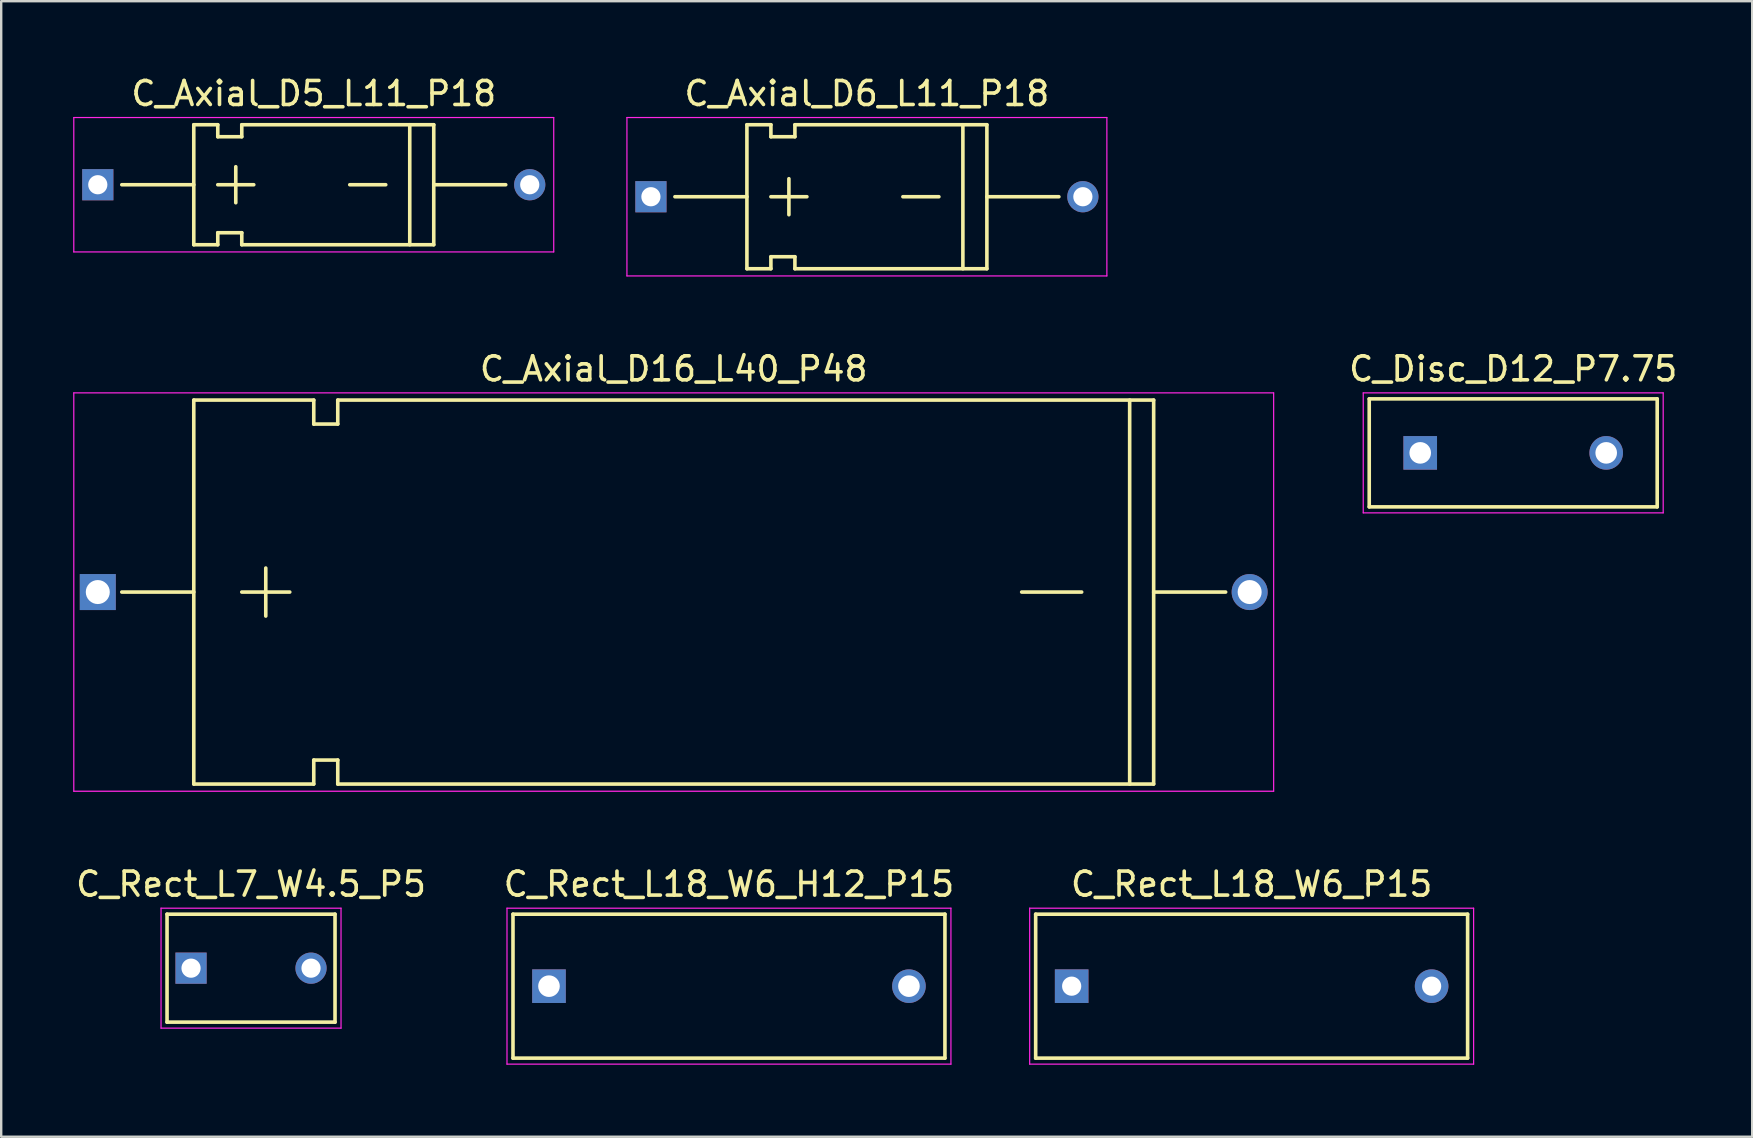
<source format=kicad_pcb>
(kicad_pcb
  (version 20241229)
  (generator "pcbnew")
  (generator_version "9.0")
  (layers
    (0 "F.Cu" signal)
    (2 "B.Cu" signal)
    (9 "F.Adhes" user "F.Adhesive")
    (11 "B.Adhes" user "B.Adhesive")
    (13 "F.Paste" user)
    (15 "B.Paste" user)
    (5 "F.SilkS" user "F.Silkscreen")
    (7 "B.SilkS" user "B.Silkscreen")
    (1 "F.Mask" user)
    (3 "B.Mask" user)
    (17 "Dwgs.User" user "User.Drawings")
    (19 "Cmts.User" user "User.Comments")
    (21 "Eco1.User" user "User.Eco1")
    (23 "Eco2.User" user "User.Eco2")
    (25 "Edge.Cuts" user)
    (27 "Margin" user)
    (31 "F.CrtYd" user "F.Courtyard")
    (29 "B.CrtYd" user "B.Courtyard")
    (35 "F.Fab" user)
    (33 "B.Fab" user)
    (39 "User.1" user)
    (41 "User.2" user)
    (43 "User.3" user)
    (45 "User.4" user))
  (footprint "C_Rect_L18_W6_P15"
    (layer "F.Cu")
    (at 41.608 38.045)
    (property "Reference" "C_Rect_L18_W6_P15" (at 7.5 -4.25 0) (layer "F.SilkS") (effects (font (size 1 1) (thickness 0.15))))
    (attr through_hole)
    (fp_line (start -1.5 -3) (end 16.5 -3) (stroke (width 0.15) (type solid)) (layer "F.SilkS"))
    (fp_line (start -1.5 3) (end -1.5 -3) (stroke (width 0.15) (type solid)) (layer "F.SilkS"))
    (fp_line (start 16.5 -3) (end 16.5 3) (stroke (width 0.15) (type solid)) (layer "F.SilkS"))
    (fp_line (start 16.5 3) (end -1.5 3) (stroke (width 0.15) (type solid)) (layer "F.SilkS"))
    (fp_line (start -1.75 -3.25) (end 16.75 -3.25) (stroke (width 0.05) (type solid)) (layer "F.CrtYd"))
    (fp_line (start -1.75 3.25) (end -1.75 -3.25) (stroke (width 0.05) (type solid)) (layer "F.CrtYd"))
    (fp_line (start 16.75 -3.25) (end 16.75 3.25) (stroke (width 0.05) (type solid)) (layer "F.CrtYd"))
    (fp_line (start 16.75 3.25) (end -1.75 3.25) (stroke (width 0.05) (type solid)) (layer "F.CrtYd"))
    (pad "1" thru_hole rect (at 0 0) (size 1.4 1.4) (drill 0.8) (layers "*.Cu" "*.Mask"))
    (pad "2" thru_hole circle (at 15 0) (size 1.4 1.4) (drill 0.8) (layers "*.Cu" "*.Mask")))
  (footprint "C_Axial_D6_L11_P18"
    (layer "F.Cu")
    (at 24.075 5.148)
    (property "Reference" "C_Axial_D6_L11_P18" (at 9 -4.3 0) (layer "F.SilkS") (effects (font (size 1 1) (thickness 0.15))))
    (attr through_hole)
    (fp_line (start 4 0) (end 1 0) (stroke (width 0.15) (type solid)) (layer "F.SilkS"))
    (fp_line (start 4 3) (end 4 -3) (stroke (width 0.15) (type solid)) (layer "F.SilkS"))
    (fp_line (start 5 -3) (end 4 -3) (stroke (width 0.15) (type solid)) (layer "F.SilkS"))
    (fp_line (start 5 -3) (end 5 -2.5) (stroke (width 0.15) (type solid)) (layer "F.SilkS"))
    (fp_line (start 5 -2.5) (end 6 -2.5) (stroke (width 0.15) (type solid)) (layer "F.SilkS"))
    (fp_line (start 5 0) (end 6.5 0) (stroke (width 0.15) (type solid)) (layer "F.SilkS"))
    (fp_line (start 5 2.5) (end 5 3) (stroke (width 0.15) (type solid)) (layer "F.SilkS"))
    (fp_line (start 5 3) (end 4 3) (stroke (width 0.15) (type solid)) (layer "F.SilkS"))
    (fp_line (start 5.75 0.75) (end 5.75 -0.75) (stroke (width 0.15) (type solid)) (layer "F.SilkS"))
    (fp_line (start 6 -2.5) (end 6 -3) (stroke (width 0.15) (type solid)) (layer "F.SilkS"))
    (fp_line (start 6 2.5) (end 5 2.5) (stroke (width 0.15) (type solid)) (layer "F.SilkS"))
    (fp_line (start 6 3) (end 6 2.5) (stroke (width 0.15) (type solid)) (layer "F.SilkS"))
    (fp_line (start 6 3) (end 14 3) (stroke (width 0.15) (type solid)) (layer "F.SilkS"))
    (fp_line (start 10.5 0) (end 12 0) (stroke (width 0.15) (type solid)) (layer "F.SilkS"))
    (fp_line (start 13 -3) (end 13 3) (stroke (width 0.15) (type solid)) (layer "F.SilkS"))
    (fp_line (start 14 -3) (end 6 -3) (stroke (width 0.15) (type solid)) (layer "F.SilkS"))
    (fp_line (start 14 3) (end 14 -3) (stroke (width 0.15) (type solid)) (layer "F.SilkS"))
    (fp_line (start 17 0) (end 14 0) (stroke (width 0.15) (type solid)) (layer "F.SilkS"))
    (fp_line (start -1 -3.3) (end 19 -3.3) (stroke (width 0.05) (type solid)) (layer "F.CrtYd"))
    (fp_line (start -1 3.3) (end -1 -3.3) (stroke (width 0.05) (type solid)) (layer "F.CrtYd"))
    (fp_line (start 19 -3.3) (end 19 3.3) (stroke (width 0.05) (type solid)) (layer "F.CrtYd"))
    (fp_line (start 19 3.3) (end -1 3.3) (stroke (width 0.05) (type solid)) (layer "F.CrtYd"))
    (pad "1" thru_hole rect (at 0 0) (size 1.3 1.3) (drill 0.8) (layers "*.Cu" "*.Mask"))
    (pad "2" thru_hole circle (at 18 0) (size 1.3 1.3) (drill 0.8) (layers "*.Cu" "*.Mask")))
  (footprint "C_Disc_D12_P7.75"
    (layer "F.Cu")
    (at 56.133 15.822)
    (property "Reference" "C_Disc_D12_P7.75" (at 3.875 -3.5 0) (layer "F.SilkS") (effects (font (size 1 1) (thickness 0.15))))
    (attr through_hole)
    (fp_line (start -2.125 -2.25) (end 9.875 -2.25) (stroke (width 0.15) (type solid)) (layer "F.SilkS"))
    (fp_line (start -2.125 2.25) (end -2.125 -2.25) (stroke (width 0.15) (type solid)) (layer "F.SilkS"))
    (fp_line (start 9.875 -2.25) (end 9.875 2.25) (stroke (width 0.15) (type solid)) (layer "F.SilkS"))
    (fp_line (start 9.875 2.25) (end -2.125 2.25) (stroke (width 0.15) (type solid)) (layer "F.SilkS"))
    (fp_line (start -2.375 -2.5) (end 10.125 -2.5) (stroke (width 0.05) (type solid)) (layer "F.CrtYd"))
    (fp_line (start -2.375 2.5) (end -2.375 -2.5) (stroke (width 0.05) (type solid)) (layer "F.CrtYd"))
    (fp_line (start 10.125 -2.5) (end 10.125 2.5) (stroke (width 0.05) (type solid)) (layer "F.CrtYd"))
    (fp_line (start 10.125 2.5) (end -2.375 2.5) (stroke (width 0.05) (type solid)) (layer "F.CrtYd"))
    (pad "1" thru_hole rect (at 0 0) (size 1.4 1.4) (drill 0.9) (layers "*.Cu" "*.Mask"))
    (pad "2" thru_hole circle (at 7.75 0) (size 1.4 1.4) (drill 0.9) (layers "*.Cu" "*.Mask")))
  (footprint "C_Rect_L18_W6_H12_P15"
    (layer "F.Cu")
    (at 19.827 38.045)
    (property "Reference" "C_Rect_L18_W6_H12_P15" (at 7.5 -4.25 0) (layer "F.SilkS") (effects (font (size 1 1) (thickness 0.15))))
    (attr through_hole)
    (fp_line (start -1.5 -3) (end 16.5 -3) (stroke (width 0.15) (type solid)) (layer "F.SilkS"))
    (fp_line (start -1.5 3) (end -1.5 -3) (stroke (width 0.15) (type solid)) (layer "F.SilkS"))
    (fp_line (start 16.5 -3) (end 16.5 3) (stroke (width 0.15) (type solid)) (layer "F.SilkS"))
    (fp_line (start 16.5 3) (end -1.5 3) (stroke (width 0.15) (type solid)) (layer "F.SilkS"))
    (fp_line (start -1.75 -3.25) (end 16.75 -3.25) (stroke (width 0.05) (type solid)) (layer "F.CrtYd"))
    (fp_line (start -1.75 3.25) (end -1.75 -3.25) (stroke (width 0.05) (type solid)) (layer "F.CrtYd"))
    (fp_line (start 16.75 -3.25) (end 16.75 3.25) (stroke (width 0.05) (type solid)) (layer "F.CrtYd"))
    (fp_line (start 16.75 3.25) (end -1.75 3.25) (stroke (width 0.05) (type solid)) (layer "F.CrtYd"))
    (pad "1" thru_hole rect (at 0 0) (size 1.4 1.4) (drill 0.9) (layers "*.Cu" "*.Mask"))
    (pad "2" thru_hole circle (at 15 0) (size 1.4 1.4) (drill 0.9) (layers "*.Cu" "*.Mask")))
  (footprint "C_Rect_L7_W4.5_P5"
    (layer "F.Cu")
    (at 4.911 37.295)
    (property "Reference" "C_Rect_L7_W4.5_P5" (at 2.5 -3.5 0) (layer "F.SilkS") (effects (font (size 1 1) (thickness 0.15))))
    (attr through_hole)
    (fp_line (start -1 -2.25) (end 6 -2.25) (stroke (width 0.15) (type solid)) (layer "F.SilkS"))
    (fp_line (start -1 2.25) (end -1 -2.25) (stroke (width 0.15) (type solid)) (layer "F.SilkS"))
    (fp_line (start 6 -2.25) (end 6 2.25) (stroke (width 0.15) (type solid)) (layer "F.SilkS"))
    (fp_line (start 6 2.25) (end -1 2.25) (stroke (width 0.15) (type solid)) (layer "F.SilkS"))
    (fp_line (start -1.25 -2.5) (end 6.25 -2.5) (stroke (width 0.05) (type solid)) (layer "F.CrtYd"))
    (fp_line (start -1.25 2.5) (end -1.25 -2.5) (stroke (width 0.05) (type solid)) (layer "F.CrtYd"))
    (fp_line (start 6.25 -2.5) (end 6.25 2.5) (stroke (width 0.05) (type solid)) (layer "F.CrtYd"))
    (fp_line (start 6.25 2.5) (end -1.25 2.5) (stroke (width 0.05) (type solid)) (layer "F.CrtYd"))
    (pad "1" thru_hole rect (at 0 0) (size 1.3 1.3) (drill 0.8) (layers "*.Cu" "*.Mask"))
    (pad "2" thru_hole circle (at 5 0) (size 1.3 1.3) (drill 0.8) (layers "*.Cu" "*.Mask")))
  (footprint "C_Axial_D16_L40_P48"
    (layer "F.Cu")
    (at 1.025 21.622)
    (property "Reference" "C_Axial_D16_L40_P48" (at 24 -9.3 0) (layer "F.SilkS") (effects (font (size 1 1) (thickness 0.15))))
    (attr through_hole)
    (fp_line (start 4 0) (end 1 0) (stroke (width 0.15) (type solid)) (layer "F.SilkS"))
    (fp_line (start 4 8) (end 4 -8) (stroke (width 0.15) (type solid)) (layer "F.SilkS"))
    (fp_line (start 6 0) (end 8 0) (stroke (width 0.15) (type solid)) (layer "F.SilkS"))
    (fp_line (start 7 1) (end 7 -1) (stroke (width 0.15) (type solid)) (layer "F.SilkS"))
    (fp_line (start 9 -8) (end 4 -8) (stroke (width 0.15) (type solid)) (layer "F.SilkS"))
    (fp_line (start 9 -8) (end 9 -7) (stroke (width 0.15) (type solid)) (layer "F.SilkS"))
    (fp_line (start 9 -7) (end 10 -7) (stroke (width 0.15) (type solid)) (layer "F.SilkS"))
    (fp_line (start 9 7) (end 9 8) (stroke (width 0.15) (type solid)) (layer "F.SilkS"))
    (fp_line (start 9 8) (end 4 8) (stroke (width 0.15) (type solid)) (layer "F.SilkS"))
    (fp_line (start 10 -7) (end 10 -8) (stroke (width 0.15) (type solid)) (layer "F.SilkS"))
    (fp_line (start 10 7) (end 9 7) (stroke (width 0.15) (type solid)) (layer "F.SilkS"))
    (fp_line (start 10 8) (end 10 7) (stroke (width 0.15) (type solid)) (layer "F.SilkS"))
    (fp_line (start 10 8) (end 44 8) (stroke (width 0.15) (type solid)) (layer "F.SilkS"))
    (fp_line (start 38.5 0) (end 41 0) (stroke (width 0.15) (type solid)) (layer "F.SilkS"))
    (fp_line (start 43 -8) (end 43 8) (stroke (width 0.15) (type solid)) (layer "F.SilkS"))
    (fp_line (start 44 -8) (end 10 -8) (stroke (width 0.15) (type solid)) (layer "F.SilkS"))
    (fp_line (start 44 0) (end 47 0) (stroke (width 0.15) (type solid)) (layer "F.SilkS"))
    (fp_line (start 44 8) (end 44 -8) (stroke (width 0.15) (type solid)) (layer "F.SilkS"))
    (fp_line (start -1 -8.3) (end 49 -8.3) (stroke (width 0.05) (type solid)) (layer "F.CrtYd"))
    (fp_line (start -1 8.3) (end -1 -8.3) (stroke (width 0.05) (type solid)) (layer "F.CrtYd"))
    (fp_line (start 49 -8.3) (end 49 8.3) (stroke (width 0.05) (type solid)) (layer "F.CrtYd"))
    (fp_line (start 49 8.3) (end -1 8.3) (stroke (width 0.05) (type solid)) (layer "F.CrtYd"))
    (pad "1" thru_hole rect (at 0 0) (size 1.5 1.5) (drill 1) (layers "*.Cu" "*.Mask"))
    (pad "2" thru_hole circle (at 48 0) (size 1.5 1.5) (drill 1) (layers "*.Cu" "*.Mask")))
  (footprint "C_Axial_D5_L11_P18"
    (layer "F.Cu")
    (at 1.025 4.648)
    (property "Reference" "C_Axial_D5_L11_P18" (at 9 -3.8 0) (layer "F.SilkS") (effects (font (size 1 1) (thickness 0.15))))
    (attr through_hole)
    (fp_line (start 4 0) (end 1 0) (stroke (width 0.15) (type solid)) (layer "F.SilkS"))
    (fp_line (start 4 2.5) (end 4 -2.5) (stroke (width 0.15) (type solid)) (layer "F.SilkS"))
    (fp_line (start 5 -2.5) (end 4 -2.5) (stroke (width 0.15) (type solid)) (layer "F.SilkS"))
    (fp_line (start 5 -2.5) (end 5 -2) (stroke (width 0.15) (type solid)) (layer "F.SilkS"))
    (fp_line (start 5 -2) (end 6 -2) (stroke (width 0.15) (type solid)) (layer "F.SilkS"))
    (fp_line (start 5 0) (end 6.5 0) (stroke (width 0.15) (type solid)) (layer "F.SilkS"))
    (fp_line (start 5 2) (end 5 2.5) (stroke (width 0.15) (type solid)) (layer "F.SilkS"))
    (fp_line (start 5 2.5) (end 4 2.5) (stroke (width 0.15) (type solid)) (layer "F.SilkS"))
    (fp_line (start 5.75 0.75) (end 5.75 -0.75) (stroke (width 0.15) (type solid)) (layer "F.SilkS"))
    (fp_line (start 6 -2) (end 6 -2.5) (stroke (width 0.15) (type solid)) (layer "F.SilkS"))
    (fp_line (start 6 2) (end 5 2) (stroke (width 0.15) (type solid)) (layer "F.SilkS"))
    (fp_line (start 6 2.5) (end 6 2) (stroke (width 0.15) (type solid)) (layer "F.SilkS"))
    (fp_line (start 6 2.5) (end 14 2.5) (stroke (width 0.15) (type solid)) (layer "F.SilkS"))
    (fp_line (start 10.5 0) (end 12 0) (stroke (width 0.15) (type solid)) (layer "F.SilkS"))
    (fp_line (start 13 -2.5) (end 13 2.5) (stroke (width 0.15) (type solid)) (layer "F.SilkS"))
    (fp_line (start 14 -2.5) (end 6 -2.5) (stroke (width 0.15) (type solid)) (layer "F.SilkS"))
    (fp_line (start 14 2.5) (end 14 -2.5) (stroke (width 0.15) (type solid)) (layer "F.SilkS"))
    (fp_line (start 17 0) (end 14 0) (stroke (width 0.15) (type solid)) (layer "F.SilkS"))
    (fp_line (start -1 -2.8) (end 19 -2.8) (stroke (width 0.05) (type solid)) (layer "F.CrtYd"))
    (fp_line (start -1 2.8) (end -1 -2.8) (stroke (width 0.05) (type solid)) (layer "F.CrtYd"))
    (fp_line (start 19 -2.8) (end 19 2.8) (stroke (width 0.05) (type solid)) (layer "F.CrtYd"))
    (fp_line (start 19 2.8) (end -1 2.8) (stroke (width 0.05) (type solid)) (layer "F.CrtYd"))
    (pad "1" thru_hole rect (at 0 0) (size 1.3 1.3) (drill 0.8) (layers "*.Cu" "*.Mask"))
    (pad "2" thru_hole circle (at 18 0) (size 1.3 1.3) (drill 0.8) (layers "*.Cu" "*.Mask")))
  (gr_rect
    (start -3 -3)
    (end 69.967 44.32)
    (stroke (width 0.1) (type default))
    (fill no)
    (layer "Edge.Cuts")))
</source>
